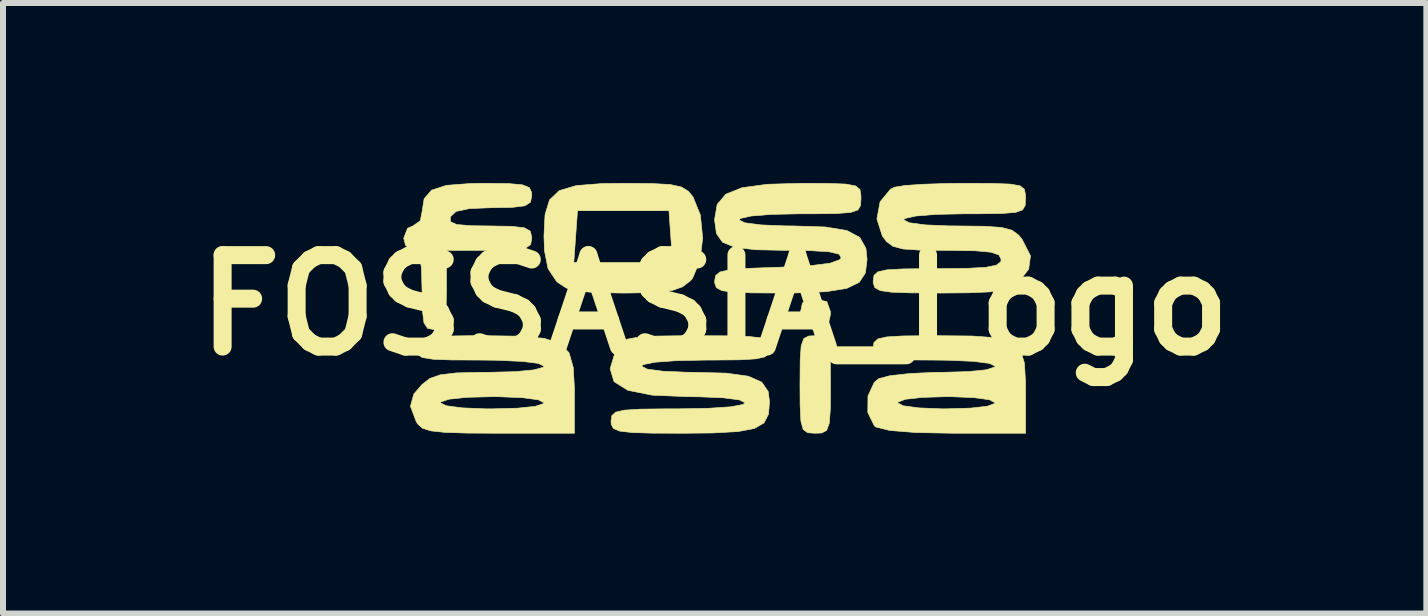
<source format=kicad_pcb>
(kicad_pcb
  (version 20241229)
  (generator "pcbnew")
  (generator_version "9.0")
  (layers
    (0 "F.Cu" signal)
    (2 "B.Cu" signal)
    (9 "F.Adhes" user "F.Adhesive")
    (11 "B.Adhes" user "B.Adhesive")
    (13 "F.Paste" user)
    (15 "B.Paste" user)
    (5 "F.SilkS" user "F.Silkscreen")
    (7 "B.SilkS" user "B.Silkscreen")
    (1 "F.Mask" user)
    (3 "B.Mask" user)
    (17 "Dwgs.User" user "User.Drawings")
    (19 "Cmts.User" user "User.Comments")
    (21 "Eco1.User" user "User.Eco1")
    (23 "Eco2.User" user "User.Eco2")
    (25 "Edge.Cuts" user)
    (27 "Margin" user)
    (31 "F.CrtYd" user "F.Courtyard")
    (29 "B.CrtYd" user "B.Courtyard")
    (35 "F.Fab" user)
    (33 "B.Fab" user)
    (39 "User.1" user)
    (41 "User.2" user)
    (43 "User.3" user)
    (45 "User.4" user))
  (footprint "FOSSASIA_Logo"
    (layer "F.Cu")
    (at 8.861 2.037)
    (property "Reference" "FOSSASIA_Logo" (at 0 0 0) (layer "F.SilkS") (effects (font (size 1.524 1.524) (thickness 0.3))))
    (attr through_hole)
    (fp_poly (pts (xy 1.87 -0.06) (xy 1.929 0.106) (xy 1.93 0.152) (xy 1.888 0.346) (xy 1.723 0.405) (xy 1.676 0.406) (xy 1.483 0.364) (xy 1.423 0.199) (xy 1.422 0.152) (xy 1.464 -0.041) (xy 1.63 -0.101) (xy 1.676 -0.102) (xy 1.87 -0.06)) (stroke (width 0.01) (type solid)) (fill yes) (layer "F.SilkS"))
    (fp_poly (pts (xy 1.802 0.517) (xy 1.878 0.57) (xy 1.916 0.71) (xy 1.929 0.978) (xy 1.93 1.321) (xy 1.928 1.724) (xy 1.911 1.965) (xy 1.867 2.086) (xy 1.783 2.129) (xy 1.676 2.134) (xy 1.55 2.125) (xy 1.475 2.071) (xy 1.437 1.931) (xy 1.424 1.663) (xy 1.422 1.321) (xy 1.425 0.918) (xy 1.442 0.676) (xy 1.486 0.555) (xy 1.569 0.513) (xy 1.676 0.508) (xy 1.802 0.517)) (stroke (width 0.01) (type solid)) (fill yes) (layer "F.SilkS"))
    (fp_poly (pts (xy -1.038 -2.028) (xy -0.738 -2.011) (xy -0.553 -1.97) (xy -0.438 -1.899) (xy -0.361 -1.806) (xy -0.238 -1.502) (xy -0.2 -1.12) (xy -0.245 -0.742) (xy -0.368 -0.451) (xy -0.406 -0.406) (xy -0.535 -0.307) (xy -0.71 -0.245) (xy -0.978 -0.214) (xy -1.389 -0.204) (xy -1.524 -0.203) (xy -1.979 -0.21) (xy -2.28 -0.235) (xy -2.474 -0.287) (xy -2.61 -0.376) (xy -2.642 -0.406) (xy -2.776 -0.609) (xy -2.797 -0.711) (xy -2.348 -0.711) (xy -0.7 -0.711) (xy -0.731 -1.143) (xy -0.762 -1.575) (xy -2.286 -1.575) (xy -2.348 -0.711) (xy -2.797 -0.711) (xy -2.836 -0.906) (xy -2.845 -1.153) (xy -2.827 -1.51) (xy -2.752 -1.756) (xy -2.59 -1.91) (xy -2.307 -1.994) (xy -1.874 -2.028) (xy -1.496 -2.032) (xy -1.038 -2.028)) (stroke (width 0.01) (type solid)) (fill yes) (layer "F.SilkS"))
    (fp_poly (pts (xy -3.442 -2.028) (xy -3.204 -2.007) (xy -3.088 -1.96) (xy -3.05 -1.876) (xy -3.048 -1.829) (xy -3.069 -1.718) (xy -3.162 -1.657) (xy -3.372 -1.631) (xy -3.698 -1.626) (xy -4.086 -1.611) (xy -4.31 -1.563) (xy -4.405 -1.473) (xy -4.406 -1.473) (xy -4.404 -1.392) (xy -4.3 -1.345) (xy -4.055 -1.325) (xy -3.756 -1.321) (xy -3.383 -1.315) (xy -3.17 -1.29) (xy -3.073 -1.234) (xy -3.048 -1.132) (xy -3.048 -1.118) (xy -3.067 -1.011) (xy -3.154 -0.95) (xy -3.351 -0.922) (xy -3.703 -0.914) (xy -3.759 -0.914) (xy -4.47 -0.914) (xy -4.47 -0.254) (xy -4.477 0.103) (xy -4.505 0.303) (xy -4.569 0.389) (xy -4.674 0.406) (xy -4.784 0.386) (xy -4.845 0.294) (xy -4.871 0.086) (xy -4.877 -0.254) (xy -4.887 -0.624) (xy -4.923 -0.83) (xy -4.995 -0.91) (xy -5.029 -0.914) (xy -5.153 -0.999) (xy -5.182 -1.118) (xy -5.118 -1.283) (xy -5.029 -1.321) (xy -4.906 -1.408) (xy -4.877 -1.554) (xy -4.842 -1.775) (xy -4.718 -1.918) (xy -4.47 -1.998) (xy -4.067 -2.029) (xy -3.84 -2.032) (xy -3.442 -2.028)) (stroke (width 0.01) (type solid)) (fill yes) (layer "F.SilkS"))
    (fp_poly (pts (xy 4.287 0.513) (xy 4.688 0.542) (xy 4.946 0.613) (xy 5.094 0.747) (xy 5.162 0.961) (xy 5.181 1.276) (xy 5.182 1.426) (xy 5.182 2.134) (xy 3.983 2.134) (xy 3.352 2.122) (xy 2.921 2.088) (xy 2.69 2.031) (xy 2.662 2.012) (xy 2.552 1.787) (xy 2.554 1.626) (xy 3.048 1.626) (xy 3.143 1.676) (xy 3.403 1.711) (xy 3.788 1.727) (xy 3.861 1.727) (xy 4.263 1.715) (xy 4.546 1.683) (xy 4.671 1.635) (xy 4.674 1.626) (xy 4.579 1.575) (xy 4.319 1.54) (xy 3.934 1.524) (xy 3.861 1.524) (xy 3.458 1.536) (xy 3.175 1.568) (xy 3.051 1.617) (xy 3.048 1.626) (xy 2.554 1.626) (xy 2.555 1.512) (xy 2.661 1.284) (xy 2.737 1.223) (xy 2.926 1.174) (xy 3.256 1.138) (xy 3.667 1.119) (xy 3.803 1.118) (xy 4.226 1.106) (xy 4.526 1.076) (xy 4.667 1.03) (xy 4.674 1.016) (xy 4.577 0.969) (xy 4.307 0.935) (xy 3.892 0.917) (xy 3.658 0.914) (xy 3.195 0.912) (xy 2.899 0.898) (xy 2.733 0.867) (xy 2.659 0.811) (xy 2.642 0.722) (xy 2.642 0.711) (xy 2.655 0.621) (xy 2.719 0.562) (xy 2.869 0.528) (xy 3.141 0.512) (xy 3.571 0.508) (xy 3.715 0.508) (xy 4.287 0.513)) (stroke (width 0.01) (type solid)) (fill yes) (layer "F.SilkS"))
    (fp_poly (pts (xy -3.248 0.516) (xy -2.842 0.552) (xy -2.579 0.637) (xy -2.427 0.792) (xy -2.357 1.037) (xy -2.337 1.392) (xy -2.337 1.507) (xy -2.337 2.134) (xy -3.603 2.134) (xy -4.135 2.131) (xy -4.5 2.119) (xy -4.733 2.094) (xy -4.87 2.05) (xy -4.948 1.981) (xy -4.975 1.937) (xy -5.07 1.683) (xy -5.054 1.626) (xy -4.572 1.626) (xy -4.476 1.675) (xy -4.214 1.71) (xy -3.82 1.727) (xy -3.708 1.727) (xy -3.288 1.716) (xy -2.99 1.685) (xy -2.851 1.639) (xy -2.845 1.626) (xy -2.94 1.576) (xy -3.203 1.541) (xy -3.597 1.525) (xy -3.708 1.524) (xy -4.129 1.535) (xy -4.427 1.566) (xy -4.566 1.613) (xy -4.572 1.626) (xy -5.054 1.626) (xy -5.014 1.48) (xy -4.877 1.321) (xy -4.748 1.221) (xy -4.574 1.16) (xy -4.305 1.128) (xy -3.894 1.118) (xy -3.759 1.118) (xy -3.321 1.107) (xy -3.009 1.077) (xy -2.855 1.033) (xy -2.845 1.016) (xy -2.942 0.969) (xy -3.214 0.936) (xy -3.634 0.917) (xy -3.912 0.914) (xy -4.388 0.912) (xy -4.696 0.9) (xy -4.874 0.871) (xy -4.955 0.819) (xy -4.978 0.737) (xy -4.978 0.711) (xy -4.966 0.623) (xy -4.905 0.565) (xy -4.762 0.531) (xy -4.501 0.514) (xy -4.088 0.508) (xy -3.826 0.508) (xy -3.248 0.516)) (stroke (width 0.01) (type solid)) (fill yes) (layer "F.SilkS"))
    (fp_poly (pts (xy 1.9 -2.03) (xy 2.189 -2.019) (xy 2.35 -1.988) (xy 2.421 -1.929) (xy 2.438 -1.831) (xy 2.438 -1.778) (xy 2.432 -1.663) (xy 2.389 -1.589) (xy 2.271 -1.547) (xy 2.043 -1.529) (xy 1.666 -1.524) (xy 1.422 -1.524) (xy 0.95 -1.514) (xy 0.609 -1.487) (xy 0.428 -1.446) (xy 0.406 -1.422) (xy 0.502 -1.374) (xy 0.767 -1.339) (xy 1.168 -1.322) (xy 1.314 -1.321) (xy 1.845 -1.304) (xy 2.204 -1.245) (xy 2.419 -1.13) (xy 2.521 -0.947) (xy 2.54 -0.762) (xy 2.512 -0.538) (xy 2.409 -0.381) (xy 2.201 -0.281) (xy 1.86 -0.226) (xy 1.357 -0.205) (xy 1.11 -0.203) (xy 0.623 -0.206) (xy 0.303 -0.217) (xy 0.117 -0.244) (xy 0.028 -0.293) (xy 0.001 -0.37) (xy 0 -0.403) (xy 0.016 -0.494) (xy 0.088 -0.554) (xy 0.252 -0.591) (xy 0.544 -0.614) (xy 1.002 -0.631) (xy 1.033 -0.631) (xy 1.57 -0.657) (xy 1.918 -0.699) (xy 2.088 -0.76) (xy 2.108 -0.787) (xy 2.076 -0.85) (xy 1.912 -0.89) (xy 1.592 -0.91) (xy 1.197 -0.914) (xy 0.683 -0.925) (xy 0.338 -0.965) (xy 0.131 -1.05) (xy 0.03 -1.194) (xy 0.000198 -1.41) (xy 0 -1.437) (xy 0.042 -1.68) (xy 0.187 -1.851) (xy 0.457 -1.959) (xy 0.88 -2.016) (xy 1.445 -2.032) (xy 1.9 -2.03)) (stroke (width 0.01) (type solid)) (fill yes) (layer "F.SilkS"))
    (fp_poly (pts (xy 0.213 0.51) (xy 0.557 0.52) (xy 0.765 0.543) (xy 0.872 0.585) (xy 0.91 0.652) (xy 0.914 0.711) (xy 0.901 0.802) (xy 0.837 0.861) (xy 0.686 0.894) (xy 0.413 0.91) (xy -0.019 0.914) (xy -0.152 0.914) (xy -0.641 0.924) (xy -0.996 0.95) (xy -1.191 0.99) (xy -1.219 1.016) (xy -1.124 1.065) (xy -0.861 1.1) (xy -0.465 1.117) (xy -0.349 1.118) (xy 0.193 1.132) (xy 0.561 1.183) (xy 0.785 1.282) (xy 0.893 1.44) (xy 0.914 1.609) (xy 0.897 1.816) (xy 0.823 1.961) (xy 0.664 2.054) (xy 0.388 2.106) (xy -0.035 2.129) (xy -0.528 2.134) (xy -1.038 2.132) (xy -1.378 2.122) (xy -1.583 2.098) (xy -1.687 2.055) (xy -1.724 1.986) (xy -1.727 1.93) (xy -1.714 1.841) (xy -1.652 1.783) (xy -1.506 1.749) (xy -1.24 1.732) (xy -0.82 1.727) (xy -0.61 1.727) (xy -0.105 1.718) (xy 0.264 1.693) (xy 0.471 1.655) (xy 0.508 1.626) (xy 0.412 1.578) (xy 0.144 1.543) (xy -0.264 1.526) (xy -0.45 1.524) (xy -1.042 1.499) (xy -1.447 1.418) (xy -1.677 1.274) (xy -1.742 1.059) (xy -1.654 0.766) (xy -1.622 0.705) (xy -1.559 0.621) (xy -1.453 0.565) (xy -1.266 0.531) (xy -0.963 0.514) (xy -0.506 0.508) (xy -0.301 0.508) (xy 0.213 0.51)) (stroke (width 0.01) (type solid)) (fill yes) (layer "F.SilkS"))
    (fp_poly (pts (xy 4.633 -2.03) (xy 4.926 -2.019) (xy 5.09 -1.99) (xy 5.162 -1.932) (xy 5.181 -1.836) (xy 5.182 -1.778) (xy 5.175 -1.663) (xy 5.132 -1.589) (xy 5.015 -1.547) (xy 4.786 -1.529) (xy 4.409 -1.524) (xy 4.166 -1.524) (xy 3.694 -1.514) (xy 3.352 -1.487) (xy 3.171 -1.446) (xy 3.15 -1.422) (xy 3.245 -1.374) (xy 3.511 -1.339) (xy 3.912 -1.322) (xy 4.058 -1.321) (xy 4.499 -1.316) (xy 4.783 -1.296) (xy 4.957 -1.25) (xy 5.067 -1.168) (xy 5.125 -1.095) (xy 5.264 -0.823) (xy 5.233 -0.599) (xy 5.08 -0.406) (xy 4.967 -0.316) (xy 4.816 -0.256) (xy 4.585 -0.222) (xy 4.232 -0.207) (xy 3.759 -0.203) (xy 3.27 -0.206) (xy 2.949 -0.217) (xy 2.761 -0.243) (xy 2.671 -0.292) (xy 2.643 -0.368) (xy 2.642 -0.406) (xy 2.655 -0.497) (xy 2.719 -0.556) (xy 2.87 -0.59) (xy 3.143 -0.605) (xy 3.575 -0.61) (xy 3.708 -0.61) (xy 4.196 -0.614) (xy 4.512 -0.631) (xy 4.692 -0.666) (xy 4.767 -0.722) (xy 4.775 -0.762) (xy 4.74 -0.836) (xy 4.609 -0.883) (xy 4.35 -0.907) (xy 3.926 -0.914) (xy 3.863 -0.914) (xy 3.424 -0.918) (xy 3.142 -0.937) (xy 2.971 -0.982) (xy 2.863 -1.062) (xy 2.794 -1.155) (xy 2.704 -1.438) (xy 2.757 -1.724) (xy 2.931 -1.934) (xy 2.998 -1.967) (xy 3.168 -1.995) (xy 3.488 -2.017) (xy 3.904 -2.03) (xy 4.174 -2.032) (xy 4.633 -2.03)) (stroke (width 0.01) (type solid)) (fill yes) (layer "F.SilkS")))
  (gr_rect
    (start -3 -3)
    (end 20.722 7.176)
    (stroke (width 0.1) (type default))
    (fill no)
    (layer "Edge.Cuts")))
</source>
